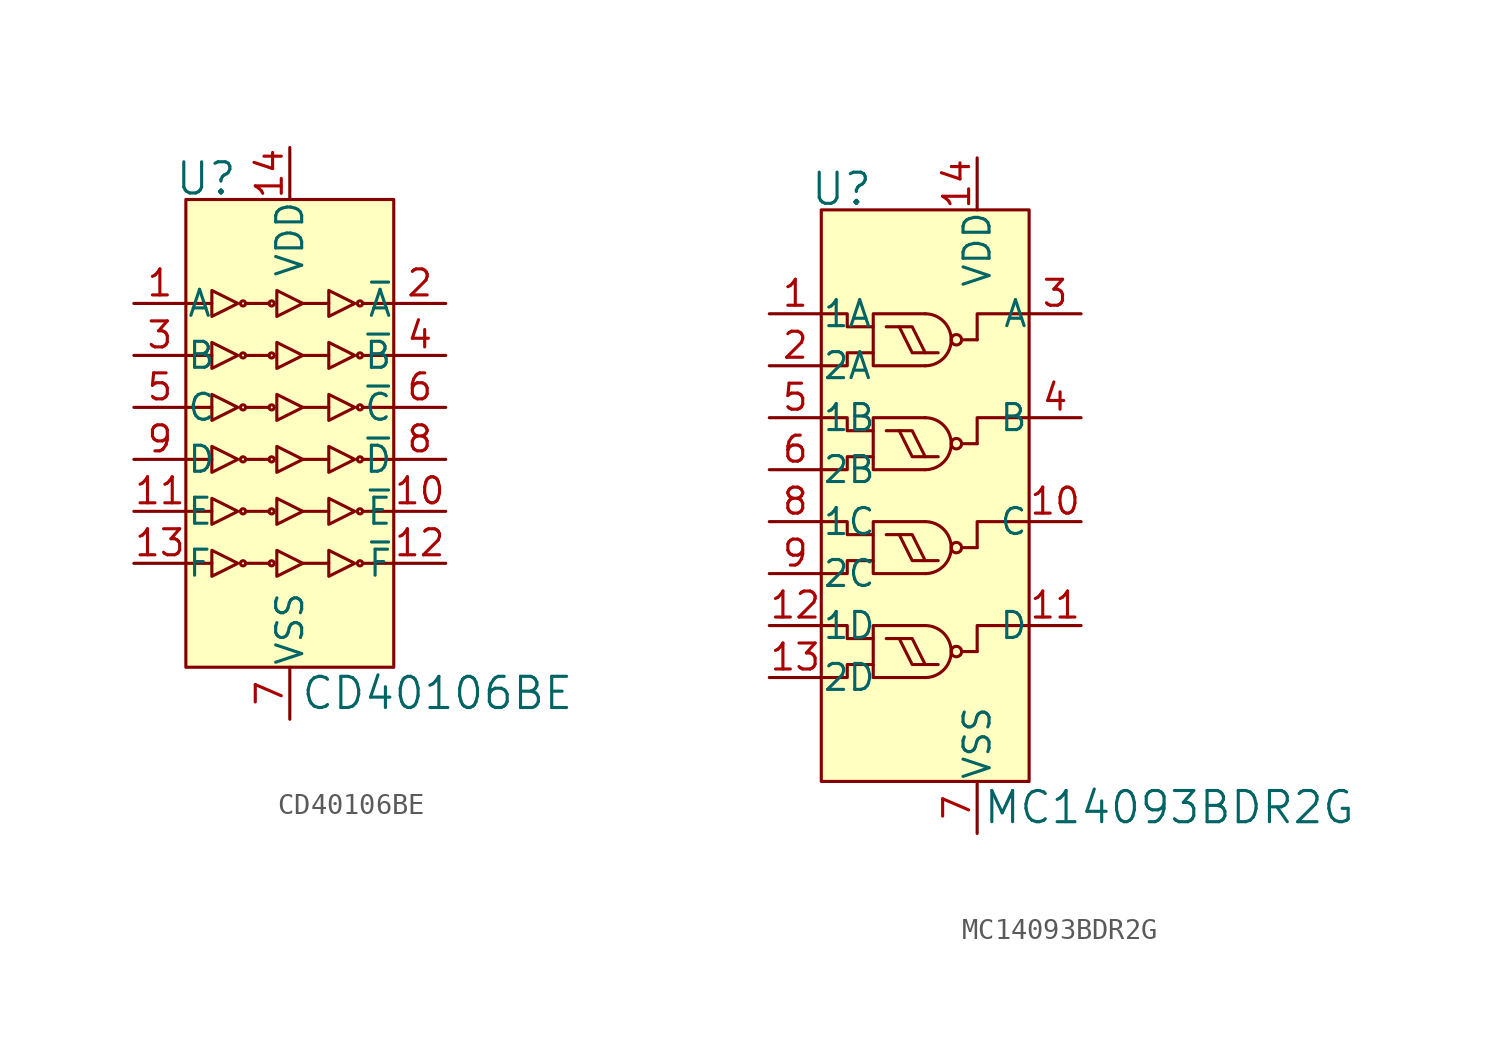
<source format=kicad_sym>
(kicad_symbol_lib
  (version 20220914)
  (generator kicad_symbol_editor)
  (symbol "CD40106BE"
    (pin_names
      (offset 0.025))
    (property "Reference" "U"
      (at -2.54 13.716 0)
      (effects (font (size 1.524 1.524)) (justify right)))
    (property "Value" "CD40106BE"
      (at 0.508 -11.43 0)
      (effects (font (size 1.524 1.524)) (justify left)))
    (symbol "CD40106BE_0_1"
      (rectangle (start -5.08 12.7) (end 5.08 -10.16) (stroke (width 0) (type default)) (fill (type background)))
      (circle (center -2.286 -5.08) (radius 0.127) (stroke (width 0) (type default)) (fill (type none)))
      (circle (center -2.286 -2.54) (radius 0.127) (stroke (width 0) (type default)) (fill (type none)))
      (circle (center -2.286 0) (radius 0.127) (stroke (width 0) (type default)) (fill (type none)))
      (circle (center -2.286 2.54) (radius 0.127) (stroke (width 0) (type default)) (fill (type none)))
      (circle (center -2.286 5.08) (radius 0.127) (stroke (width 0) (type default)) (fill (type none)))
      (circle (center -2.286 7.62) (radius 0.127) (stroke (width 0) (type default)) (fill (type none)))
      (circle (center -0.889 -5.08) (radius 0.127) (stroke (width 0) (type default)) (fill (type none)))
      (circle (center -0.889 -2.54) (radius 0.127) (stroke (width 0) (type default)) (fill (type none)))
      (circle (center -0.889 0) (radius 0.127) (stroke (width 0) (type default)) (fill (type none)))
      (circle (center -0.889 2.54) (radius 0.127) (stroke (width 0) (type default)) (fill (type none)))
      (circle (center -0.889 5.08) (radius 0.127) (stroke (width 0) (type default)) (fill (type none)))
      (circle (center -0.889 7.62) (radius 0.127) (stroke (width 0) (type default)) (fill (type none)))
      (polyline (pts (xy -3.81 -5.08) (xy -5.08 -5.08)) (stroke (width 0) (type default)) (fill (type none)))
      (polyline (pts (xy -3.81 -2.54) (xy -5.08 -2.54)) (stroke (width 0) (type default)) (fill (type none)))
      (polyline (pts (xy -3.81 0) (xy -5.08 0)) (stroke (width 0) (type default)) (fill (type none)))
      (polyline (pts (xy -3.81 2.54) (xy -5.08 2.54)) (stroke (width 0) (type default)) (fill (type none)))
      (polyline (pts (xy -3.81 5.08) (xy -5.08 5.08)) (stroke (width 0) (type default)) (fill (type none)))
      (polyline (pts (xy -3.81 7.62) (xy -5.08 7.62)) (stroke (width 0) (type default)) (fill (type none)))
      (polyline (pts (xy -1.016 -5.08) (xy -2.159 -5.08)) (stroke (width 0) (type default)) (fill (type none)))
      (polyline (pts (xy -1.016 -2.54) (xy -2.159 -2.54)) (stroke (width 0) (type default)) (fill (type none)))
      (polyline (pts (xy -1.016 0) (xy -2.159 0)) (stroke (width 0) (type default)) (fill (type none)))
      (polyline (pts (xy -1.016 2.54) (xy -2.159 2.54)) (stroke (width 0) (type default)) (fill (type none)))
      (polyline (pts (xy -1.016 5.08) (xy -2.159 5.08)) (stroke (width 0) (type default)) (fill (type none)))
      (polyline (pts (xy -1.016 7.62) (xy -2.159 7.62)) (stroke (width 0) (type default)) (fill (type none)))
      (polyline (pts (xy 1.905 -5.08) (xy 0.635 -5.08)) (stroke (width 0) (type default)) (fill (type none)))
      (polyline (pts (xy 1.905 -2.54) (xy 0.635 -2.54)) (stroke (width 0) (type default)) (fill (type none)))
      (polyline (pts (xy 1.905 0) (xy 0.635 0)) (stroke (width 0) (type default)) (fill (type none)))
      (polyline (pts (xy 1.905 2.54) (xy 0.635 2.54)) (stroke (width 0) (type default)) (fill (type none)))
      (polyline (pts (xy 1.905 5.08) (xy 0.635 5.08)) (stroke (width 0) (type default)) (fill (type none)))
      (polyline (pts (xy 1.905 7.62) (xy 0.635 7.62)) (stroke (width 0) (type default)) (fill (type none)))
      (polyline (pts (xy 3.556 -5.08) (xy 5.08 -5.08)) (stroke (width 0) (type default)) (fill (type none)))
      (polyline (pts (xy 3.556 -2.54) (xy 5.08 -2.54)) (stroke (width 0) (type default)) (fill (type none)))
      (polyline (pts (xy 3.556 0) (xy 5.08 0)) (stroke (width 0) (type default)) (fill (type none)))
      (polyline (pts (xy 3.556 2.54) (xy 5.08 2.54)) (stroke (width 0) (type default)) (fill (type none)))
      (polyline (pts (xy 3.556 5.08) (xy 5.08 5.08)) (stroke (width 0) (type default)) (fill (type none)))
      (polyline (pts (xy 3.556 7.62) (xy 5.08 7.62)) (stroke (width 0) (type default)) (fill (type none)))
      (polyline (pts (xy -3.81 -4.445) (xy -3.81 -5.715) (xy -2.54 -5.08) (xy -3.81 -4.445)) (stroke (width 0) (type default)) (fill (type none)))
      (polyline (pts (xy -3.81 -1.905) (xy -3.81 -3.175) (xy -2.54 -2.54) (xy -3.81 -1.905)) (stroke (width 0) (type default)) (fill (type none)))
      (polyline (pts (xy -3.81 0.635) (xy -3.81 -0.635) (xy -2.54 0) (xy -3.81 0.635)) (stroke (width 0) (type default)) (fill (type none)))
      (polyline (pts (xy -3.81 3.175) (xy -3.81 1.905) (xy -2.54 2.54) (xy -3.81 3.175)) (stroke (width 0) (type default)) (fill (type none)))
      (polyline (pts (xy -3.81 5.715) (xy -3.81 4.445) (xy -2.54 5.08) (xy -3.81 5.715)) (stroke (width 0) (type default)) (fill (type none)))
      (polyline (pts (xy -3.81 8.255) (xy -3.81 6.985) (xy -2.54 7.62) (xy -3.81 8.255)) (stroke (width 0) (type default)) (fill (type none)))
      (polyline (pts (xy -0.635 -4.445) (xy -0.635 -5.715) (xy 0.635 -5.08) (xy -0.635 -4.445)) (stroke (width 0) (type default)) (fill (type none)))
      (polyline (pts (xy -0.635 -1.905) (xy -0.635 -3.175) (xy 0.635 -2.54) (xy -0.635 -1.905)) (stroke (width 0) (type default)) (fill (type none)))
      (polyline (pts (xy -0.635 0.635) (xy -0.635 -0.635) (xy 0.635 0) (xy -0.635 0.635)) (stroke (width 0) (type default)) (fill (type none)))
      (polyline (pts (xy -0.635 3.175) (xy -0.635 1.905) (xy 0.635 2.54) (xy -0.635 3.175)) (stroke (width 0) (type default)) (fill (type none)))
      (polyline (pts (xy -0.635 5.715) (xy -0.635 4.445) (xy 0.635 5.08) (xy -0.635 5.715)) (stroke (width 0) (type default)) (fill (type none)))
      (polyline (pts (xy -0.635 8.255) (xy -0.635 6.985) (xy 0.635 7.62) (xy -0.635 8.255)) (stroke (width 0) (type default)) (fill (type none)))
      (polyline (pts (xy 1.905 -4.445) (xy 1.905 -5.715) (xy 3.175 -5.08) (xy 1.905 -4.445)) (stroke (width 0) (type default)) (fill (type none)))
      (polyline (pts (xy 1.905 -1.905) (xy 1.905 -3.175) (xy 3.175 -2.54) (xy 1.905 -1.905)) (stroke (width 0) (type default)) (fill (type none)))
      (polyline (pts (xy 1.905 0.635) (xy 1.905 -0.635) (xy 3.175 0) (xy 1.905 0.635)) (stroke (width 0) (type default)) (fill (type none)))
      (polyline (pts (xy 1.905 3.175) (xy 1.905 1.905) (xy 3.175 2.54) (xy 1.905 3.175)) (stroke (width 0) (type default)) (fill (type none)))
      (polyline (pts (xy 1.905 5.715) (xy 1.905 4.445) (xy 3.175 5.08) (xy 1.905 5.715)) (stroke (width 0) (type default)) (fill (type none)))
      (polyline (pts (xy 1.905 8.255) (xy 1.905 6.985) (xy 3.175 7.62) (xy 1.905 8.255)) (stroke (width 0) (type default)) (fill (type none)))
      (circle (center 3.429 -5.08) (radius 0.127) (stroke (width 0) (type default)) (fill (type none)))
      (circle (center 3.429 -2.54) (radius 0.127) (stroke (width 0) (type default)) (fill (type none)))
      (circle (center 3.429 0) (radius 0.127) (stroke (width 0) (type default)) (fill (type none)))
      (circle (center 3.429 2.54) (radius 0.127) (stroke (width 0) (type default)) (fill (type none)))
      (circle (center 3.429 5.08) (radius 0.127) (stroke (width 0) (type default)) (fill (type none)))
      (circle (center 3.429 7.62) (radius 0.127) (stroke (width 0) (type default)) (fill (type none))))
    (symbol "CD40106BE_1_1"
      (pin input line (at -7.62 7.62 0) (length 2.54) (name "A" (effects (font (size 1.27 1.27)))) (number "1" (effects (font (size 1.27 1.27)))))
      (pin output line (at 7.62 -2.54 180) (length 2.54) (name "~{E}" (effects (font (size 1.27 1.27)))) (number "10" (effects (font (size 1.27 1.27)))))
      (pin input line (at -7.62 -2.54 0) (length 2.54) (name "E" (effects (font (size 1.27 1.27)))) (number "11" (effects (font (size 1.27 1.27)))))
      (pin output line (at 7.62 -5.08 180) (length 2.54) (name "~{F}" (effects (font (size 1.27 1.27)))) (number "12" (effects (font (size 1.27 1.27)))))
      (pin input line (at -7.62 -5.08 0) (length 2.54) (name "F" (effects (font (size 1.27 1.27)))) (number "13" (effects (font (size 1.27 1.27)))))
      (pin power_in line (at 0 15.24 270) (length 2.54) (name "VDD" (effects (font (size 1.27 1.27)))) (number "14" (effects (font (size 1.27 1.27)))))
      (pin output line (at 7.62 7.62 180) (length 2.54) (name "~{A}" (effects (font (size 1.27 1.27)))) (number "2" (effects (font (size 1.27 1.27)))))
      (pin input line (at -7.62 5.08 0) (length 2.54) (name "B" (effects (font (size 1.27 1.27)))) (number "3" (effects (font (size 1.27 1.27)))))
      (pin output line (at 7.62 5.08 180) (length 2.54) (name "~{B}" (effects (font (size 1.27 1.27)))) (number "4" (effects (font (size 1.27 1.27)))))
      (pin input line (at -7.62 2.54 0) (length 2.54) (name "C" (effects (font (size 1.27 1.27)))) (number "5" (effects (font (size 1.27 1.27)))))
      (pin output line (at 7.62 2.54 180) (length 2.54) (name "~{C}" (effects (font (size 1.27 1.27)))) (number "6" (effects (font (size 1.27 1.27)))))
      (pin power_in line (at 0 -12.7 90) (length 2.54) (name "VSS" (effects (font (size 1.27 1.27)))) (number "7" (effects (font (size 1.27 1.27)))))
      (pin output line (at 7.62 0 180) (length 2.54) (name "~{D}" (effects (font (size 1.27 1.27)))) (number "8" (effects (font (size 1.27 1.27)))))
      (pin input line (at -7.62 0 0) (length 2.54) (name "D" (effects (font (size 1.27 1.27)))) (number "9" (effects (font (size 1.27 1.27)))))))
  (symbol "MC14093BDR2G"
    (pin_names
      (offset 0.025))
    (property "Reference" "U"
      (at -2.54 13.716 0)
      (effects (font (size 1.524 1.524)) (justify right)))
    (property "Value" "MC14093BDR2G"
      (at 2.794 -16.51 0)
      (effects (font (size 1.524 1.524)) (justify left)))
    (symbol "MC14093BDR2G_0_1"
      (rectangle (start -5.08 12.7) (end 5.08 -15.24) (stroke (width 0) (type default)) (fill (type background)))
      (arc (start 0 -10.16) (mid 1.2645 -8.89) (end 0 -7.62) (stroke (width 0) (type default)) (fill (type none)))
      (arc (start 0 -5.08) (mid 1.2645 -3.81) (end 0 -2.54) (stroke (width 0) (type default)) (fill (type none)))
      (polyline (pts (xy 2.54 -8.89) (xy 1.778 -8.89)) (stroke (width 0) (type default)) (fill (type none)))
      (polyline (pts (xy 2.54 -3.81) (xy 1.778 -3.81)) (stroke (width 0) (type default)) (fill (type none)))
      (polyline (pts (xy 2.54 1.27) (xy 1.778 1.27)) (stroke (width 0) (type default)) (fill (type none)))
      (polyline (pts (xy 2.54 6.35) (xy 1.778 6.35)) (stroke (width 0) (type default)) (fill (type none)))
      (polyline (pts (xy 2.54 -8.89) (xy 2.54 -7.62) (xy 5.08 -7.62)) (stroke (width 0) (type default)) (fill (type none)))
      (polyline (pts (xy 2.54 -3.81) (xy 2.54 -2.54) (xy 5.08 -2.54)) (stroke (width 0) (type default)) (fill (type none)))
      (polyline (pts (xy 2.54 1.27) (xy 2.54 2.54) (xy 5.08 2.54)) (stroke (width 0) (type default)) (fill (type none)))
      (polyline (pts (xy 2.54 6.35) (xy 2.54 7.62) (xy 5.08 7.62)) (stroke (width 0) (type default)) (fill (type none)))
      (polyline (pts (xy -5.08 -10.16) (xy -3.81 -10.16) (xy -3.81 -9.525) (xy -2.54 -9.525)) (stroke (width 0) (type default)) (fill (type none)))
      (polyline (pts (xy -5.08 -5.08) (xy -3.81 -5.08) (xy -3.81 -4.445) (xy -2.54 -4.445)) (stroke (width 0) (type default)) (fill (type none)))
      (polyline (pts (xy -5.08 0) (xy -3.81 0) (xy -3.81 0.635) (xy -2.54 0.635)) (stroke (width 0) (type default)) (fill (type none)))
      (polyline (pts (xy -5.08 5.08) (xy -3.81 5.08) (xy -3.81 5.715) (xy -2.54 5.715)) (stroke (width 0) (type default)) (fill (type none)))
      (polyline (pts (xy -2.54 -8.255) (xy -3.81 -8.255) (xy -3.81 -7.62) (xy -5.08 -7.62)) (stroke (width 0) (type default)) (fill (type none)))
      (polyline (pts (xy -2.54 -3.175) (xy -3.81 -3.175) (xy -3.81 -2.54) (xy -5.08 -2.54)) (stroke (width 0) (type default)) (fill (type none)))
      (polyline (pts (xy -2.54 1.905) (xy -3.81 1.905) (xy -3.81 2.54) (xy -5.08 2.54)) (stroke (width 0) (type default)) (fill (type none)))
      (polyline (pts (xy -2.54 6.985) (xy -3.81 6.985) (xy -3.81 7.62) (xy -5.08 7.62)) (stroke (width 0) (type default)) (fill (type none)))
      (polyline (pts (xy -1.905 -8.255) (xy -1.27 -8.255) (xy -0.635 -9.525) (xy 0 -9.525)) (stroke (width 0) (type default)) (fill (type none)))
      (polyline (pts (xy -1.905 -3.175) (xy -1.27 -3.175) (xy -0.635 -4.445) (xy 0 -4.445)) (stroke (width 0) (type default)) (fill (type none)))
      (polyline (pts (xy -1.905 1.905) (xy -1.27 1.905) (xy -0.635 0.635) (xy 0 0.635)) (stroke (width 0) (type default)) (fill (type none)))
      (polyline (pts (xy -1.905 6.985) (xy -1.27 6.985) (xy -0.635 5.715) (xy 0 5.715)) (stroke (width 0) (type default)) (fill (type none)))
      (polyline (pts (xy -1.27 -8.255) (xy -0.635 -8.255) (xy 0 -9.525) (xy 0.635 -9.525)) (stroke (width 0) (type default)) (fill (type none)))
      (polyline (pts (xy -1.27 -3.175) (xy -0.635 -3.175) (xy 0 -4.445) (xy 0.635 -4.445)) (stroke (width 0) (type default)) (fill (type none)))
      (polyline (pts (xy -1.27 1.905) (xy -0.635 1.905) (xy 0 0.635) (xy 0.635 0.635)) (stroke (width 0) (type default)) (fill (type none)))
      (polyline (pts (xy -1.27 6.985) (xy -0.635 6.985) (xy 0 5.715) (xy 0.635 5.715)) (stroke (width 0) (type default)) (fill (type none)))
      (polyline (pts (xy 0 -7.62) (xy -2.54 -7.62) (xy -2.54 -10.16) (xy 0 -10.16)) (stroke (width 0) (type default)) (fill (type none)))
      (polyline (pts (xy 0 -2.54) (xy -2.54 -2.54) (xy -2.54 -5.08) (xy 0 -5.08)) (stroke (width 0) (type default)) (fill (type none)))
      (polyline (pts (xy 0 2.54) (xy -2.54 2.54) (xy -2.54 0) (xy 0 0)) (stroke (width 0) (type default)) (fill (type none)))
      (polyline (pts (xy 0 7.62) (xy -2.54 7.62) (xy -2.54 5.08) (xy 0 5.08)) (stroke (width 0) (type default)) (fill (type none)))
      (arc (start 0 0) (mid 1.2645 1.27) (end 0 2.54) (stroke (width 0) (type default)) (fill (type none)))
      (arc (start 0 5.08) (mid 1.2645 6.35) (end 0 7.62) (stroke (width 0) (type default)) (fill (type none)))
      (circle (center 1.524 -8.89) (radius 0.254) (stroke (width 0) (type default)) (fill (type none)))
      (circle (center 1.524 -3.81) (radius 0.254) (stroke (width 0) (type default)) (fill (type none)))
      (circle (center 1.524 1.27) (radius 0.254) (stroke (width 0) (type default)) (fill (type none)))
      (circle (center 1.524 6.35) (radius 0.254) (stroke (width 0) (type default)) (fill (type none))))
    (symbol "MC14093BDR2G_1_1"
      (pin input line (at -7.62 7.62 0) (length 2.54) (name "1A" (effects (font (size 1.27 1.27)))) (number "1" (effects (font (size 1.27 1.27)))))
      (pin output line (at 7.62 -2.54 180) (length 2.54) (name "C" (effects (font (size 1.27 1.27)))) (number "10" (effects (font (size 1.27 1.27)))))
      (pin output line (at 7.62 -7.62 180) (length 2.54) (name "D" (effects (font (size 1.27 1.27)))) (number "11" (effects (font (size 1.27 1.27)))))
      (pin input line (at -7.62 -7.62 0) (length 2.54) (name "1D" (effects (font (size 1.27 1.27)))) (number "12" (effects (font (size 1.27 1.27)))))
      (pin input line (at -7.62 -10.16 0) (length 2.54) (name "2D" (effects (font (size 1.27 1.27)))) (number "13" (effects (font (size 1.27 1.27)))))
      (pin power_in line (at 2.54 15.24 270) (length 2.54) (name "VDD" (effects (font (size 1.27 1.27)))) (number "14" (effects (font (size 1.27 1.27)))))
      (pin input line (at -7.62 5.08 0) (length 2.54) (name "2A" (effects (font (size 1.27 1.27)))) (number "2" (effects (font (size 1.27 1.27)))))
      (pin output line (at 7.62 7.62 180) (length 2.54) (name "A" (effects (font (size 1.27 1.27)))) (number "3" (effects (font (size 1.27 1.27)))))
      (pin output line (at 7.62 2.54 180) (length 2.54) (name "B" (effects (font (size 1.27 1.27)))) (number "4" (effects (font (size 1.27 1.27)))))
      (pin input line (at -7.62 2.54 0) (length 2.54) (name "1B" (effects (font (size 1.27 1.27)))) (number "5" (effects (font (size 1.27 1.27)))))
      (pin input line (at -7.62 0 0) (length 2.54) (name "2B" (effects (font (size 1.27 1.27)))) (number "6" (effects (font (size 1.27 1.27)))))
      (pin power_in line (at 2.54 -17.78 90) (length 2.54) (name "VSS" (effects (font (size 1.27 1.27)))) (number "7" (effects (font (size 1.27 1.27)))))
      (pin input line (at -7.62 -2.54 0) (length 2.54) (name "1C" (effects (font (size 1.27 1.27)))) (number "8" (effects (font (size 1.27 1.27)))))
      (pin input line (at -7.62 -5.08 0) (length 2.54) (name "2C" (effects (font (size 1.27 1.27)))) (number "9" (effects (font (size 1.27 1.27))))))))
</source>
